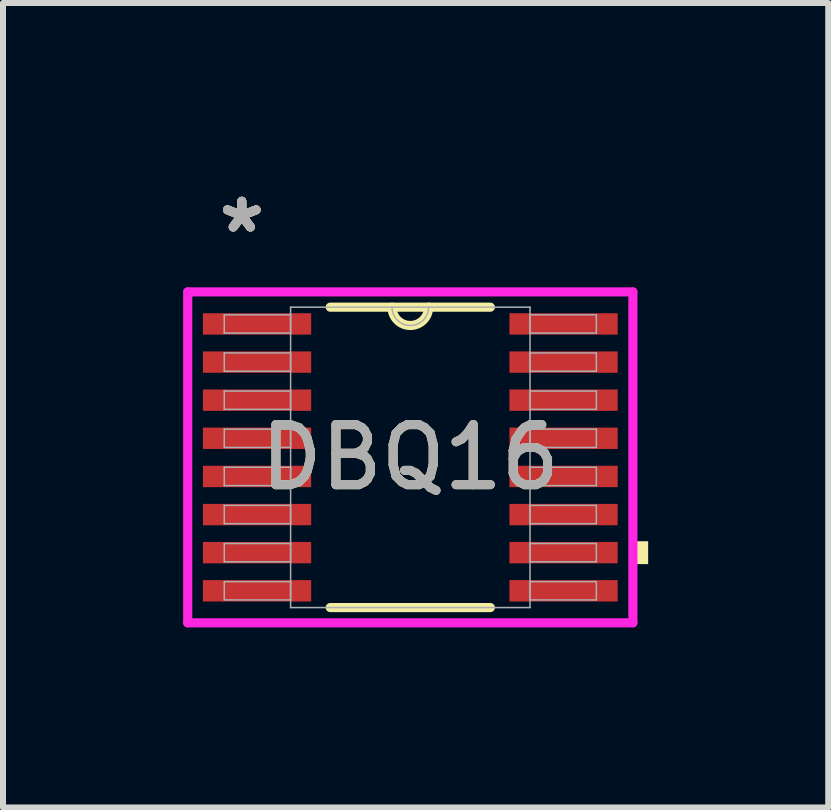
<source format=kicad_pcb>
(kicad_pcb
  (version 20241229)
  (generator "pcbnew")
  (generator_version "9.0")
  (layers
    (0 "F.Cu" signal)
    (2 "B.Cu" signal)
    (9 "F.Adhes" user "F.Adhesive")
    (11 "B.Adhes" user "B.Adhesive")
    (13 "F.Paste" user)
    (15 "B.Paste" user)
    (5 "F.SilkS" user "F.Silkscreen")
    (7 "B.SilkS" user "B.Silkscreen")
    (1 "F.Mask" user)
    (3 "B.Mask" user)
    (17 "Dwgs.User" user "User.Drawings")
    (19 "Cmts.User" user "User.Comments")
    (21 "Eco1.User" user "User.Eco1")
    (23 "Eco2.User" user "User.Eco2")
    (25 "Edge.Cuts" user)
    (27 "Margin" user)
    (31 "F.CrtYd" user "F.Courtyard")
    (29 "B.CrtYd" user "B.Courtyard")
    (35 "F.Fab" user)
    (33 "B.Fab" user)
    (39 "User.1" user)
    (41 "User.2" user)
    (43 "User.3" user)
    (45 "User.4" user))
  (footprint "DBQ16"
    (layer "F.Cu")
    (at 3.785 4.569)
    (property "Reference" "DBQ16" (at 0 0 0) (unlocked yes) (layer "F.SilkS") (effects (font (size 1 1) (thickness 0.15))))
    (attr smd)
    (fp_line (start -1.334 2.502) (end 1.334 2.502) (stroke (width 0.152) (type solid)) (layer "F.SilkS"))
    (fp_line (start 1.334 -2.502) (end -1.334 -2.502) (stroke (width 0.152) (type solid)) (layer "F.SilkS"))
    (fp_arc (start 0.3048 -2.5019) (mid 0 -2.1971) (end -0.3048 -2.5019) (stroke (width 0.1524) (type solid)) (layer "F.SilkS"))
    (fp_poly (pts (xy 3.962 1.397) (xy 3.962 1.778) (xy 3.708 1.778) (xy 3.708 1.397)) (stroke (width 0) (type solid)) (fill yes) (layer "F.SilkS"))
    (fp_line (start -3.708 -2.756) (end 3.708 -2.756) (stroke (width 0.152) (type solid)) (layer "F.CrtYd"))
    (fp_line (start -3.708 2.756) (end -3.708 -2.756) (stroke (width 0.152) (type solid)) (layer "F.CrtYd"))
    (fp_line (start 3.708 -2.756) (end 3.708 2.756) (stroke (width 0.152) (type solid)) (layer "F.CrtYd"))
    (fp_line (start 3.708 2.756) (end -3.708 2.756) (stroke (width 0.152) (type solid)) (layer "F.CrtYd"))
    (fp_line (start -3.099 -2.375) (end -3.099 -2.07) (stroke (width 0.025) (type solid)) (layer "F.Fab"))
    (fp_line (start -3.099 -2.07) (end -1.994 -2.07) (stroke (width 0.025) (type solid)) (layer "F.Fab"))
    (fp_line (start -3.099 -1.74) (end -3.099 -1.435) (stroke (width 0.025) (type solid)) (layer "F.Fab"))
    (fp_line (start -3.099 -1.435) (end -1.994 -1.435) (stroke (width 0.025) (type solid)) (layer "F.Fab"))
    (fp_line (start -3.099 -1.105) (end -3.099 -0.8) (stroke (width 0.025) (type solid)) (layer "F.Fab"))
    (fp_line (start -3.099 -0.8) (end -1.994 -0.8) (stroke (width 0.025) (type solid)) (layer "F.Fab"))
    (fp_line (start -3.099 -0.47) (end -3.099 -0.165) (stroke (width 0.025) (type solid)) (layer "F.Fab"))
    (fp_line (start -3.099 -0.165) (end -1.994 -0.165) (stroke (width 0.025) (type solid)) (layer "F.Fab"))
    (fp_line (start -3.099 0.165) (end -3.099 0.47) (stroke (width 0.025) (type solid)) (layer "F.Fab"))
    (fp_line (start -3.099 0.47) (end -1.994 0.47) (stroke (width 0.025) (type solid)) (layer "F.Fab"))
    (fp_line (start -3.099 0.8) (end -3.099 1.105) (stroke (width 0.025) (type solid)) (layer "F.Fab"))
    (fp_line (start -3.099 1.105) (end -1.994 1.105) (stroke (width 0.025) (type solid)) (layer "F.Fab"))
    (fp_line (start -3.099 1.435) (end -3.099 1.74) (stroke (width 0.025) (type solid)) (layer "F.Fab"))
    (fp_line (start -3.099 1.74) (end -1.994 1.74) (stroke (width 0.025) (type solid)) (layer "F.Fab"))
    (fp_line (start -3.099 2.07) (end -3.099 2.375) (stroke (width 0.025) (type solid)) (layer "F.Fab"))
    (fp_line (start -3.099 2.375) (end -1.994 2.375) (stroke (width 0.025) (type solid)) (layer "F.Fab"))
    (fp_line (start -1.994 -2.502) (end -1.994 2.502) (stroke (width 0.025) (type solid)) (layer "F.Fab"))
    (fp_line (start -1.994 -2.375) (end -3.099 -2.375) (stroke (width 0.025) (type solid)) (layer "F.Fab"))
    (fp_line (start -1.994 -2.07) (end -1.994 -2.375) (stroke (width 0.025) (type solid)) (layer "F.Fab"))
    (fp_line (start -1.994 -1.74) (end -3.099 -1.74) (stroke (width 0.025) (type solid)) (layer "F.Fab"))
    (fp_line (start -1.994 -1.435) (end -1.994 -1.74) (stroke (width 0.025) (type solid)) (layer "F.Fab"))
    (fp_line (start -1.994 -1.105) (end -3.099 -1.105) (stroke (width 0.025) (type solid)) (layer "F.Fab"))
    (fp_line (start -1.994 -0.8) (end -1.994 -1.105) (stroke (width 0.025) (type solid)) (layer "F.Fab"))
    (fp_line (start -1.994 -0.47) (end -3.099 -0.47) (stroke (width 0.025) (type solid)) (layer "F.Fab"))
    (fp_line (start -1.994 -0.165) (end -1.994 -0.47) (stroke (width 0.025) (type solid)) (layer "F.Fab"))
    (fp_line (start -1.994 0.165) (end -3.099 0.165) (stroke (width 0.025) (type solid)) (layer "F.Fab"))
    (fp_line (start -1.994 0.47) (end -1.994 0.165) (stroke (width 0.025) (type solid)) (layer "F.Fab"))
    (fp_line (start -1.994 0.8) (end -3.099 0.8) (stroke (width 0.025) (type solid)) (layer "F.Fab"))
    (fp_line (start -1.994 1.105) (end -1.994 0.8) (stroke (width 0.025) (type solid)) (layer "F.Fab"))
    (fp_line (start -1.994 1.435) (end -3.099 1.435) (stroke (width 0.025) (type solid)) (layer "F.Fab"))
    (fp_line (start -1.994 1.74) (end -1.994 1.435) (stroke (width 0.025) (type solid)) (layer "F.Fab"))
    (fp_line (start -1.994 2.07) (end -3.099 2.07) (stroke (width 0.025) (type solid)) (layer "F.Fab"))
    (fp_line (start -1.994 2.375) (end -1.994 2.07) (stroke (width 0.025) (type solid)) (layer "F.Fab"))
    (fp_line (start -1.994 2.502) (end 1.994 2.502) (stroke (width 0.025) (type solid)) (layer "F.Fab"))
    (fp_line (start 1.994 -2.502) (end -1.994 -2.502) (stroke (width 0.025) (type solid)) (layer "F.Fab"))
    (fp_line (start 1.994 -2.375) (end 1.994 -2.07) (stroke (width 0.025) (type solid)) (layer "F.Fab"))
    (fp_line (start 1.994 -2.07) (end 3.099 -2.07) (stroke (width 0.025) (type solid)) (layer "F.Fab"))
    (fp_line (start 1.994 -1.74) (end 1.994 -1.435) (stroke (width 0.025) (type solid)) (layer "F.Fab"))
    (fp_line (start 1.994 -1.435) (end 3.099 -1.435) (stroke (width 0.025) (type solid)) (layer "F.Fab"))
    (fp_line (start 1.994 -1.105) (end 1.994 -0.8) (stroke (width 0.025) (type solid)) (layer "F.Fab"))
    (fp_line (start 1.994 -0.8) (end 3.099 -0.8) (stroke (width 0.025) (type solid)) (layer "F.Fab"))
    (fp_line (start 1.994 -0.47) (end 1.994 -0.165) (stroke (width 0.025) (type solid)) (layer "F.Fab"))
    (fp_line (start 1.994 -0.165) (end 3.099 -0.165) (stroke (width 0.025) (type solid)) (layer "F.Fab"))
    (fp_line (start 1.994 0.165) (end 1.994 0.47) (stroke (width 0.025) (type solid)) (layer "F.Fab"))
    (fp_line (start 1.994 0.47) (end 3.099 0.47) (stroke (width 0.025) (type solid)) (layer "F.Fab"))
    (fp_line (start 1.994 0.8) (end 1.994 1.105) (stroke (width 0.025) (type solid)) (layer "F.Fab"))
    (fp_line (start 1.994 1.105) (end 3.099 1.105) (stroke (width 0.025) (type solid)) (layer "F.Fab"))
    (fp_line (start 1.994 1.435) (end 1.994 1.74) (stroke (width 0.025) (type solid)) (layer "F.Fab"))
    (fp_line (start 1.994 1.74) (end 3.099 1.74) (stroke (width 0.025) (type solid)) (layer "F.Fab"))
    (fp_line (start 1.994 2.07) (end 1.994 2.375) (stroke (width 0.025) (type solid)) (layer "F.Fab"))
    (fp_line (start 1.994 2.375) (end 3.099 2.375) (stroke (width 0.025) (type solid)) (layer "F.Fab"))
    (fp_line (start 1.994 2.502) (end 1.994 -2.502) (stroke (width 0.025) (type solid)) (layer "F.Fab"))
    (fp_line (start 3.099 -2.375) (end 1.994 -2.375) (stroke (width 0.025) (type solid)) (layer "F.Fab"))
    (fp_line (start 3.099 -2.07) (end 3.099 -2.375) (stroke (width 0.025) (type solid)) (layer "F.Fab"))
    (fp_line (start 3.099 -1.74) (end 1.994 -1.74) (stroke (width 0.025) (type solid)) (layer "F.Fab"))
    (fp_line (start 3.099 -1.435) (end 3.099 -1.74) (stroke (width 0.025) (type solid)) (layer "F.Fab"))
    (fp_line (start 3.099 -1.105) (end 1.994 -1.105) (stroke (width 0.025) (type solid)) (layer "F.Fab"))
    (fp_line (start 3.099 -0.8) (end 3.099 -1.105) (stroke (width 0.025) (type solid)) (layer "F.Fab"))
    (fp_line (start 3.099 -0.47) (end 1.994 -0.47) (stroke (width 0.025) (type solid)) (layer "F.Fab"))
    (fp_line (start 3.099 -0.165) (end 3.099 -0.47) (stroke (width 0.025) (type solid)) (layer "F.Fab"))
    (fp_line (start 3.099 0.165) (end 1.994 0.165) (stroke (width 0.025) (type solid)) (layer "F.Fab"))
    (fp_line (start 3.099 0.47) (end 3.099 0.165) (stroke (width 0.025) (type solid)) (layer "F.Fab"))
    (fp_line (start 3.099 0.8) (end 1.994 0.8) (stroke (width 0.025) (type solid)) (layer "F.Fab"))
    (fp_line (start 3.099 1.105) (end 3.099 0.8) (stroke (width 0.025) (type solid)) (layer "F.Fab"))
    (fp_line (start 3.099 1.435) (end 1.994 1.435) (stroke (width 0.025) (type solid)) (layer "F.Fab"))
    (fp_line (start 3.099 1.74) (end 3.099 1.435) (stroke (width 0.025) (type solid)) (layer "F.Fab"))
    (fp_line (start 3.099 2.07) (end 1.994 2.07) (stroke (width 0.025) (type solid)) (layer "F.Fab"))
    (fp_line (start 3.099 2.375) (end 3.099 2.07) (stroke (width 0.025) (type solid)) (layer "F.Fab"))
    (fp_arc (start 0.3048 -2.5019) (mid 0 -2.1971) (end -0.3048 -2.5019) (stroke (width 0.0254) (type solid)) (layer "F.Fab"))
    (fp_text user "*" (at -2.807 -3.721 0) (layer "F.SilkS") (effects (font (size 1 1) (thickness 0.15))))
    (fp_text user "*" (at -2.807 -3.721 0) (unlocked yes) (layer "F.SilkS") (effects (font (size 1 1) (thickness 0.15))))
    (fp_text user "${REFERENCE}" (at 0 0 0) (unlocked yes) (layer "F.Fab") (effects (font (size 1 1) (thickness 0.15))))
    (fp_text user "*" (at -2.807 -3.721 0) (layer "F.Fab") (effects (font (size 1 1) (thickness 0.15))))
    (fp_text user "*" (at -2.807 -3.721 0) (unlocked yes) (layer "F.Fab") (effects (font (size 1 1) (thickness 0.15))))
    (pad "1" smd rect (at -2.553 -2.223) (size 1.803 0.356) (layers "F.Cu" "F.Mask" "F.Paste"))
    (pad "2" smd rect (at -2.553 -1.587) (size 1.803 0.356) (layers "F.Cu" "F.Mask" "F.Paste"))
    (pad "3" smd rect (at -2.553 -0.953) (size 1.803 0.356) (layers "F.Cu" "F.Mask" "F.Paste"))
    (pad "4" smd rect (at -2.553 -0.318) (size 1.803 0.356) (layers "F.Cu" "F.Mask" "F.Paste"))
    (pad "5" smd rect (at -2.553 0.318) (size 1.803 0.356) (layers "F.Cu" "F.Mask" "F.Paste"))
    (pad "6" smd rect (at -2.553 0.953) (size 1.803 0.356) (layers "F.Cu" "F.Mask" "F.Paste"))
    (pad "7" smd rect (at -2.553 1.587) (size 1.803 0.356) (layers "F.Cu" "F.Mask" "F.Paste"))
    (pad "8" smd rect (at -2.553 2.223) (size 1.803 0.356) (layers "F.Cu" "F.Mask" "F.Paste"))
    (pad "9" smd rect (at 2.553 2.223) (size 1.803 0.356) (layers "F.Cu" "F.Mask" "F.Paste"))
    (pad "10" smd rect (at 2.553 1.587) (size 1.803 0.356) (layers "F.Cu" "F.Mask" "F.Paste"))
    (pad "11" smd rect (at 2.553 0.953) (size 1.803 0.356) (layers "F.Cu" "F.Mask" "F.Paste"))
    (pad "12" smd rect (at 2.553 0.318) (size 1.803 0.356) (layers "F.Cu" "F.Mask" "F.Paste"))
    (pad "13" smd rect (at 2.553 -0.318) (size 1.803 0.356) (layers "F.Cu" "F.Mask" "F.Paste"))
    (pad "14" smd rect (at 2.553 -0.953) (size 1.803 0.356) (layers "F.Cu" "F.Mask" "F.Paste"))
    (pad "15" smd rect (at 2.553 -1.587) (size 1.803 0.356) (layers "F.Cu" "F.Mask" "F.Paste"))
    (pad "16" smd rect (at 2.553 -2.223) (size 1.803 0.356) (layers "F.Cu" "F.Mask" "F.Paste")))
  (gr_rect
    (start -3 -3)
    (end 10.747 10.401)
    (stroke (width 0.1) (type default))
    (fill no)
    (layer "Edge.Cuts")))
</source>
